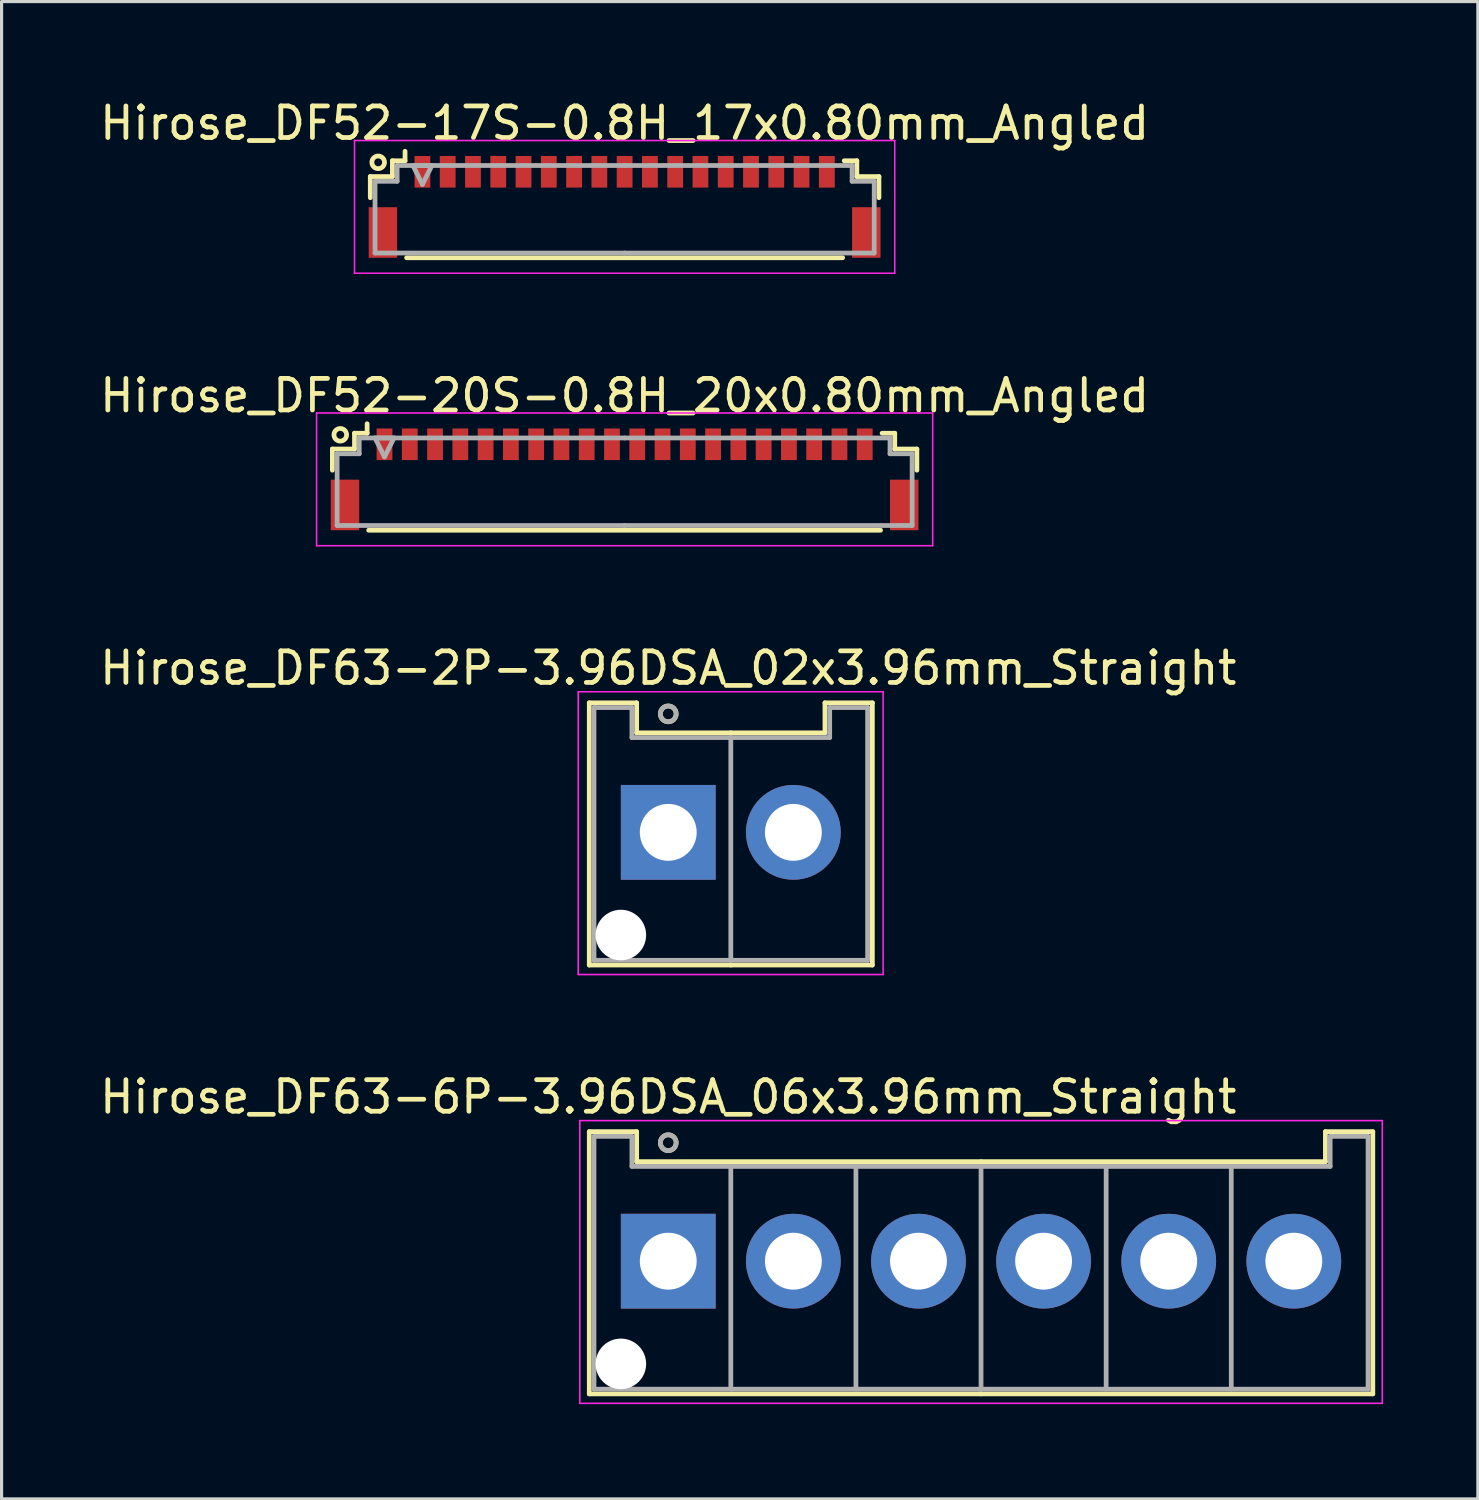
<source format=kicad_pcb>
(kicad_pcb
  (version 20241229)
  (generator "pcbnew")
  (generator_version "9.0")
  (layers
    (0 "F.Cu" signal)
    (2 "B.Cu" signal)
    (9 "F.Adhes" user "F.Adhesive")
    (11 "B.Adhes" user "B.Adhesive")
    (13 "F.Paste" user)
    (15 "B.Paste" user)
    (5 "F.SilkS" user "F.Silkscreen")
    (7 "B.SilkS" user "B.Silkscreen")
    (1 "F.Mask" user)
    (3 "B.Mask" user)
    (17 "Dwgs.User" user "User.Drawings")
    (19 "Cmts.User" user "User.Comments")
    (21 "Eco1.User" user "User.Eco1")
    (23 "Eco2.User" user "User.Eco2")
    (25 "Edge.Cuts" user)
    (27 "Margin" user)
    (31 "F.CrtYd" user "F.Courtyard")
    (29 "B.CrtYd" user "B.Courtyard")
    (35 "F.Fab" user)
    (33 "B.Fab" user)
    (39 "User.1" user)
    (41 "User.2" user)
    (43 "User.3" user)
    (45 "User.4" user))
  (footprint "Hirose_DF52-17S-0.8H_17x0.80mm_Angled"
    (layer "F.Cu")
    (at 16.72 3.348)
    (property "Reference" "Hirose_DF52-17S-0.8H_17x0.80mm_Angled" (at 0 -2.5 0) (layer "F.SilkS") (effects (font (size 1 1) (thickness 0.15))))
    (attr smd)
    (fp_line (start -8.05 -0.81) (end -8.05 -0.14) (stroke (width 0.15) (type solid)) (layer "F.SilkS"))
    (fp_line (start -7.35 -1.31) (end -7.35 -0.81) (stroke (width 0.15) (type solid)) (layer "F.SilkS"))
    (fp_line (start -7.35 -0.81) (end -8.05 -0.81) (stroke (width 0.15) (type solid)) (layer "F.SilkS"))
    (fp_line (start -6.95 -1.61) (end -6.95 -1.31) (stroke (width 0.15) (type solid)) (layer "F.SilkS"))
    (fp_line (start -6.95 -1.31) (end -7.35 -1.31) (stroke (width 0.15) (type solid)) (layer "F.SilkS"))
    (fp_line (start -6.9 1.76) (end 6.9 1.76) (stroke (width 0.15) (type solid)) (layer "F.SilkS"))
    (fp_line (start 6.95 -1.31) (end 7.35 -1.31) (stroke (width 0.15) (type solid)) (layer "F.SilkS"))
    (fp_line (start 7.35 -1.31) (end 7.35 -0.81) (stroke (width 0.15) (type solid)) (layer "F.SilkS"))
    (fp_line (start 7.35 -0.81) (end 8.05 -0.81) (stroke (width 0.15) (type solid)) (layer "F.SilkS"))
    (fp_line (start 8.05 -0.81) (end 8.05 -0.14) (stroke (width 0.15) (type solid)) (layer "F.SilkS"))
    (fp_circle (center -7.8 -1.26) (end -7.6 -1.26) (stroke (width 0.15) (type solid)) (fill no) (layer "F.SilkS"))
    (fp_line (start -8.55 -1.95) (end -8.55 2.25) (stroke (width 0.05) (type solid)) (layer "F.CrtYd"))
    (fp_line (start -8.55 2.25) (end 8.55 2.25) (stroke (width 0.05) (type solid)) (layer "F.CrtYd"))
    (fp_line (start 8.55 -1.95) (end -8.55 -1.95) (stroke (width 0.05) (type solid)) (layer "F.CrtYd"))
    (fp_line (start 8.55 2.25) (end 8.55 -1.95) (stroke (width 0.05) (type solid)) (layer "F.CrtYd"))
    (fp_line (start -7.9 -0.66) (end -7.9 1.61) (stroke (width 0.15) (type solid)) (layer "F.Fab"))
    (fp_line (start -7.9 1.61) (end 0 1.61) (stroke (width 0.15) (type solid)) (layer "F.Fab"))
    (fp_line (start -7.2 -1.16) (end -7.2 -1.16) (stroke (width 0.15) (type solid)) (layer "F.Fab"))
    (fp_line (start -7.2 -1.16) (end -7.2 -0.66) (stroke (width 0.15) (type solid)) (layer "F.Fab"))
    (fp_line (start -7.2 -0.66) (end -7.9 -0.66) (stroke (width 0.15) (type solid)) (layer "F.Fab"))
    (fp_line (start -6.7 -1.16) (end -6.1 -1.16) (stroke (width 0.15) (type solid)) (layer "F.Fab"))
    (fp_line (start -6.4 -0.56) (end -6.7 -1.16) (stroke (width 0.15) (type solid)) (layer "F.Fab"))
    (fp_line (start -6.1 -1.16) (end -6.4 -0.56) (stroke (width 0.15) (type solid)) (layer "F.Fab"))
    (fp_line (start 0 -1.16) (end -7.2 -1.16) (stroke (width 0.15) (type solid)) (layer "F.Fab"))
    (fp_line (start 0 -1.16) (end 7.2 -1.16) (stroke (width 0.15) (type solid)) (layer "F.Fab"))
    (fp_line (start 7.2 -1.16) (end 7.2 -1.16) (stroke (width 0.15) (type solid)) (layer "F.Fab"))
    (fp_line (start 7.2 -1.16) (end 7.2 -0.66) (stroke (width 0.15) (type solid)) (layer "F.Fab"))
    (fp_line (start 7.2 -0.66) (end 7.9 -0.66) (stroke (width 0.15) (type solid)) (layer "F.Fab"))
    (fp_line (start 7.9 -0.66) (end 7.9 1.61) (stroke (width 0.15) (type solid)) (layer "F.Fab"))
    (fp_line (start 7.9 1.61) (end 0 1.61) (stroke (width 0.15) (type solid)) (layer "F.Fab"))
    (pad "" smd rect (at -7.65 0.96) (size 0.9 1.6) (layers "F.Cu" "F.Mask" "F.Paste"))
    (pad "" smd rect (at 7.65 0.96) (size 0.9 1.6) (layers "F.Cu" "F.Mask" "F.Paste"))
    (pad "1" smd rect (at -6.4 -0.96) (size 0.5 1) (layers "F.Cu" "F.Mask" "F.Paste"))
    (pad "2" smd rect (at -5.6 -0.96) (size 0.5 1) (layers "F.Cu" "F.Mask" "F.Paste"))
    (pad "3" smd rect (at -4.8 -0.96) (size 0.5 1) (layers "F.Cu" "F.Mask" "F.Paste"))
    (pad "4" smd rect (at -4 -0.96) (size 0.5 1) (layers "F.Cu" "F.Mask" "F.Paste"))
    (pad "5" smd rect (at -3.2 -0.96) (size 0.5 1) (layers "F.Cu" "F.Mask" "F.Paste"))
    (pad "6" smd rect (at -2.4 -0.96) (size 0.5 1) (layers "F.Cu" "F.Mask" "F.Paste"))
    (pad "7" smd rect (at -1.6 -0.96) (size 0.5 1) (layers "F.Cu" "F.Mask" "F.Paste"))
    (pad "8" smd rect (at -0.8 -0.96) (size 0.5 1) (layers "F.Cu" "F.Mask" "F.Paste"))
    (pad "9" smd rect (at 0 -0.96) (size 0.5 1) (layers "F.Cu" "F.Mask" "F.Paste"))
    (pad "10" smd rect (at 0.8 -0.96) (size 0.5 1) (layers "F.Cu" "F.Mask" "F.Paste"))
    (pad "11" smd rect (at 1.6 -0.96) (size 0.5 1) (layers "F.Cu" "F.Mask" "F.Paste"))
    (pad "12" smd rect (at 2.4 -0.96) (size 0.5 1) (layers "F.Cu" "F.Mask" "F.Paste"))
    (pad "13" smd rect (at 3.2 -0.96) (size 0.5 1) (layers "F.Cu" "F.Mask" "F.Paste"))
    (pad "14" smd rect (at 4 -0.96) (size 0.5 1) (layers "F.Cu" "F.Mask" "F.Paste"))
    (pad "15" smd rect (at 4.8 -0.96) (size 0.5 1) (layers "F.Cu" "F.Mask" "F.Paste"))
    (pad "16" smd rect (at 5.6 -0.96) (size 0.5 1) (layers "F.Cu" "F.Mask" "F.Paste"))
    (pad "17" smd rect (at 6.4 -0.96) (size 0.5 1) (layers "F.Cu" "F.Mask" "F.Paste")))
  (footprint "Hirose_DF52-20S-0.8H_20x0.80mm_Angled"
    (layer "F.Cu")
    (at 16.72 11.972)
    (property "Reference" "Hirose_DF52-20S-0.8H_20x0.80mm_Angled" (at 0 -2.5 0) (layer "F.SilkS") (effects (font (size 1 1) (thickness 0.15))))
    (attr smd)
    (fp_line (start -9.25 -0.81) (end -9.25 -0.14) (stroke (width 0.15) (type solid)) (layer "F.SilkS"))
    (fp_line (start -8.55 -1.31) (end -8.55 -0.81) (stroke (width 0.15) (type solid)) (layer "F.SilkS"))
    (fp_line (start -8.55 -0.81) (end -9.25 -0.81) (stroke (width 0.15) (type solid)) (layer "F.SilkS"))
    (fp_line (start -8.15 -1.61) (end -8.15 -1.31) (stroke (width 0.15) (type solid)) (layer "F.SilkS"))
    (fp_line (start -8.15 -1.31) (end -8.55 -1.31) (stroke (width 0.15) (type solid)) (layer "F.SilkS"))
    (fp_line (start -8.1 1.76) (end 8.1 1.76) (stroke (width 0.15) (type solid)) (layer "F.SilkS"))
    (fp_line (start 8.15 -1.31) (end 8.55 -1.31) (stroke (width 0.15) (type solid)) (layer "F.SilkS"))
    (fp_line (start 8.55 -1.31) (end 8.55 -0.81) (stroke (width 0.15) (type solid)) (layer "F.SilkS"))
    (fp_line (start 8.55 -0.81) (end 9.25 -0.81) (stroke (width 0.15) (type solid)) (layer "F.SilkS"))
    (fp_line (start 9.25 -0.81) (end 9.25 -0.14) (stroke (width 0.15) (type solid)) (layer "F.SilkS"))
    (fp_circle (center -9 -1.26) (end -8.8 -1.26) (stroke (width 0.15) (type solid)) (fill no) (layer "F.SilkS"))
    (fp_line (start -9.75 -1.95) (end -9.75 2.25) (stroke (width 0.05) (type solid)) (layer "F.CrtYd"))
    (fp_line (start -9.75 2.25) (end 9.75 2.25) (stroke (width 0.05) (type solid)) (layer "F.CrtYd"))
    (fp_line (start 9.75 -1.95) (end -9.75 -1.95) (stroke (width 0.05) (type solid)) (layer "F.CrtYd"))
    (fp_line (start 9.75 2.25) (end 9.75 -1.95) (stroke (width 0.05) (type solid)) (layer "F.CrtYd"))
    (fp_line (start -9.1 -0.66) (end -9.1 1.61) (stroke (width 0.15) (type solid)) (layer "F.Fab"))
    (fp_line (start -9.1 1.61) (end 0 1.61) (stroke (width 0.15) (type solid)) (layer "F.Fab"))
    (fp_line (start -8.4 -1.16) (end -8.4 -1.16) (stroke (width 0.15) (type solid)) (layer "F.Fab"))
    (fp_line (start -8.4 -1.16) (end -8.4 -0.66) (stroke (width 0.15) (type solid)) (layer "F.Fab"))
    (fp_line (start -8.4 -0.66) (end -9.1 -0.66) (stroke (width 0.15) (type solid)) (layer "F.Fab"))
    (fp_line (start -7.9 -1.16) (end -7.3 -1.16) (stroke (width 0.15) (type solid)) (layer "F.Fab"))
    (fp_line (start -7.6 -0.56) (end -7.9 -1.16) (stroke (width 0.15) (type solid)) (layer "F.Fab"))
    (fp_line (start -7.3 -1.16) (end -7.6 -0.56) (stroke (width 0.15) (type solid)) (layer "F.Fab"))
    (fp_line (start 0 -1.16) (end -8.4 -1.16) (stroke (width 0.15) (type solid)) (layer "F.Fab"))
    (fp_line (start 0 -1.16) (end 8.4 -1.16) (stroke (width 0.15) (type solid)) (layer "F.Fab"))
    (fp_line (start 8.4 -1.16) (end 8.4 -1.16) (stroke (width 0.15) (type solid)) (layer "F.Fab"))
    (fp_line (start 8.4 -1.16) (end 8.4 -0.66) (stroke (width 0.15) (type solid)) (layer "F.Fab"))
    (fp_line (start 8.4 -0.66) (end 9.1 -0.66) (stroke (width 0.15) (type solid)) (layer "F.Fab"))
    (fp_line (start 9.1 -0.66) (end 9.1 1.61) (stroke (width 0.15) (type solid)) (layer "F.Fab"))
    (fp_line (start 9.1 1.61) (end 0 1.61) (stroke (width 0.15) (type solid)) (layer "F.Fab"))
    (pad "" smd rect (at -8.85 0.96) (size 0.9 1.6) (layers "F.Cu" "F.Mask" "F.Paste"))
    (pad "" smd rect (at 8.85 0.96) (size 0.9 1.6) (layers "F.Cu" "F.Mask" "F.Paste"))
    (pad "1" smd rect (at -7.6 -0.96) (size 0.5 1) (layers "F.Cu" "F.Mask" "F.Paste"))
    (pad "2" smd rect (at -6.8 -0.96) (size 0.5 1) (layers "F.Cu" "F.Mask" "F.Paste"))
    (pad "3" smd rect (at -6 -0.96) (size 0.5 1) (layers "F.Cu" "F.Mask" "F.Paste"))
    (pad "4" smd rect (at -5.2 -0.96) (size 0.5 1) (layers "F.Cu" "F.Mask" "F.Paste"))
    (pad "5" smd rect (at -4.4 -0.96) (size 0.5 1) (layers "F.Cu" "F.Mask" "F.Paste"))
    (pad "6" smd rect (at -3.6 -0.96) (size 0.5 1) (layers "F.Cu" "F.Mask" "F.Paste"))
    (pad "7" smd rect (at -2.8 -0.96) (size 0.5 1) (layers "F.Cu" "F.Mask" "F.Paste"))
    (pad "8" smd rect (at -2 -0.96) (size 0.5 1) (layers "F.Cu" "F.Mask" "F.Paste"))
    (pad "9" smd rect (at -1.2 -0.96) (size 0.5 1) (layers "F.Cu" "F.Mask" "F.Paste"))
    (pad "10" smd rect (at -0.4 -0.96) (size 0.5 1) (layers "F.Cu" "F.Mask" "F.Paste"))
    (pad "11" smd rect (at 0.4 -0.96) (size 0.5 1) (layers "F.Cu" "F.Mask" "F.Paste"))
    (pad "12" smd rect (at 1.2 -0.96) (size 0.5 1) (layers "F.Cu" "F.Mask" "F.Paste"))
    (pad "13" smd rect (at 2 -0.96) (size 0.5 1) (layers "F.Cu" "F.Mask" "F.Paste"))
    (pad "14" smd rect (at 2.8 -0.96) (size 0.5 1) (layers "F.Cu" "F.Mask" "F.Paste"))
    (pad "15" smd rect (at 3.6 -0.96) (size 0.5 1) (layers "F.Cu" "F.Mask" "F.Paste"))
    (pad "16" smd rect (at 4.4 -0.96) (size 0.5 1) (layers "F.Cu" "F.Mask" "F.Paste"))
    (pad "17" smd rect (at 5.2 -0.96) (size 0.5 1) (layers "F.Cu" "F.Mask" "F.Paste"))
    (pad "18" smd rect (at 6 -0.96) (size 0.5 1) (layers "F.Cu" "F.Mask" "F.Paste"))
    (pad "19" smd rect (at 6.8 -0.96) (size 0.5 1) (layers "F.Cu" "F.Mask" "F.Paste"))
    (pad "20" smd rect (at 7.6 -0.96) (size 0.5 1) (layers "F.Cu" "F.Mask" "F.Paste")))
  (footprint "Hirose_DF63-2P-3.96DSA_02x3.96mm_Straight"
    (layer "F.Cu")
    (at 18.101 23.295)
    (property "Reference" "Hirose_DF63-2P-3.96DSA_02x3.96mm_Straight" (at 0 -5.2 0) (layer "F.SilkS") (effects (font (size 1 1) (thickness 0.15))))
    (attr through_hole)
    (fp_line (start -2.5 -4.1) (end -1 -4.1) (stroke (width 0.15) (type solid)) (layer "F.SilkS"))
    (fp_line (start -2.5 4.2) (end -2.5 -4.1) (stroke (width 0.15) (type solid)) (layer "F.SilkS"))
    (fp_line (start -1 -4.1) (end -1 -3.15) (stroke (width 0.15) (type solid)) (layer "F.SilkS"))
    (fp_line (start -1 -3.15) (end 1.98 -3.15) (stroke (width 0.15) (type solid)) (layer "F.SilkS"))
    (fp_line (start 1.98 4.2) (end -2.5 4.2) (stroke (width 0.15) (type solid)) (layer "F.SilkS"))
    (fp_line (start 1.98 4.2) (end 6.46 4.2) (stroke (width 0.15) (type solid)) (layer "F.SilkS"))
    (fp_line (start 4.96 -4.1) (end 4.96 -3.15) (stroke (width 0.15) (type solid)) (layer "F.SilkS"))
    (fp_line (start 4.96 -3.15) (end 1.98 -3.15) (stroke (width 0.15) (type solid)) (layer "F.SilkS"))
    (fp_line (start 6.46 -4.1) (end 4.96 -4.1) (stroke (width 0.15) (type solid)) (layer "F.SilkS"))
    (fp_line (start 6.46 4.2) (end 6.46 -4.1) (stroke (width 0.15) (type solid)) (layer "F.SilkS"))
    (fp_circle (center 0 -3.75) (end 0.25 -3.75) (stroke (width 0.15) (type solid)) (fill no) (layer "F.SilkS"))
    (fp_line (start -2.85 -4.45) (end -2.85 4.5) (stroke (width 0.05) (type solid)) (layer "F.CrtYd"))
    (fp_line (start -2.85 4.5) (end 6.8 4.5) (stroke (width 0.05) (type solid)) (layer "F.CrtYd"))
    (fp_line (start 6.8 -4.45) (end -2.85 -4.45) (stroke (width 0.05) (type solid)) (layer "F.CrtYd"))
    (fp_line (start 6.8 4.5) (end 6.8 -4.45) (stroke (width 0.05) (type solid)) (layer "F.CrtYd"))
    (fp_line (start -2.35 -3.95) (end -1.15 -3.95) (stroke (width 0.15) (type solid)) (layer "F.Fab"))
    (fp_line (start -2.35 4.05) (end -2.35 -3.95) (stroke (width 0.15) (type solid)) (layer "F.Fab"))
    (fp_line (start -1.15 -3.95) (end -1.15 -3) (stroke (width 0.15) (type solid)) (layer "F.Fab"))
    (fp_line (start -1.15 -3) (end 1.98 -3) (stroke (width 0.15) (type solid)) (layer "F.Fab"))
    (fp_line (start 1.98 -3) (end 1.98 4.05) (stroke (width 0.15) (type solid)) (layer "F.Fab"))
    (fp_line (start 1.98 4.05) (end -2.35 4.05) (stroke (width 0.15) (type solid)) (layer "F.Fab"))
    (fp_line (start 1.98 4.05) (end 6.31 4.05) (stroke (width 0.15) (type solid)) (layer "F.Fab"))
    (fp_line (start 5.11 -3.95) (end 5.11 -3) (stroke (width 0.15) (type solid)) (layer "F.Fab"))
    (fp_line (start 5.11 -3) (end 1.98 -3) (stroke (width 0.15) (type solid)) (layer "F.Fab"))
    (fp_line (start 6.31 -3.95) (end 5.11 -3.95) (stroke (width 0.15) (type solid)) (layer "F.Fab"))
    (fp_line (start 6.31 4.05) (end 6.31 -3.95) (stroke (width 0.15) (type solid)) (layer "F.Fab"))
    (fp_circle (center 0 -3.75) (end 0.25 -3.75) (stroke (width 0.15) (type solid)) (fill no) (layer "F.Fab"))
    (pad "" np_thru_hole circle (at -1.5 3.25) (size 1.6 1.6) (drill 1.6) (layers "*.Cu" "*.Mask"))
    (pad "1" thru_hole rect (at 0 0) (size 3 3) (drill 1.8) (layers "*.Cu" "*.Mask"))
    (pad "2" thru_hole circle (at 3.96 0) (size 3 3) (drill 1.8) (layers "*.Cu" "*.Mask")))
  (footprint "Hirose_DF63-6P-3.96DSA_06x3.96mm_Straight"
    (layer "F.Cu")
    (at 18.101 36.868)
    (property "Reference" "Hirose_DF63-6P-3.96DSA_06x3.96mm_Straight" (at 0 -5.2 0) (layer "F.SilkS") (effects (font (size 1 1) (thickness 0.15))))
    (attr through_hole)
    (fp_line (start -2.5 -4.1) (end -1 -4.1) (stroke (width 0.15) (type solid)) (layer "F.SilkS"))
    (fp_line (start -2.5 4.2) (end -2.5 -4.1) (stroke (width 0.15) (type solid)) (layer "F.SilkS"))
    (fp_line (start -1 -4.1) (end -1 -3.15) (stroke (width 0.15) (type solid)) (layer "F.SilkS"))
    (fp_line (start -1 -3.15) (end 9.9 -3.15) (stroke (width 0.15) (type solid)) (layer "F.SilkS"))
    (fp_line (start 9.9 4.2) (end -2.5 4.2) (stroke (width 0.15) (type solid)) (layer "F.SilkS"))
    (fp_line (start 9.9 4.2) (end 22.3 4.2) (stroke (width 0.15) (type solid)) (layer "F.SilkS"))
    (fp_line (start 20.8 -4.1) (end 20.8 -3.15) (stroke (width 0.15) (type solid)) (layer "F.SilkS"))
    (fp_line (start 20.8 -3.15) (end 9.9 -3.15) (stroke (width 0.15) (type solid)) (layer "F.SilkS"))
    (fp_line (start 22.3 -4.1) (end 20.8 -4.1) (stroke (width 0.15) (type solid)) (layer "F.SilkS"))
    (fp_line (start 22.3 4.2) (end 22.3 -4.1) (stroke (width 0.15) (type solid)) (layer "F.SilkS"))
    (fp_circle (center 0 -3.75) (end 0.25 -3.75) (stroke (width 0.15) (type solid)) (fill no) (layer "F.SilkS"))
    (fp_line (start -2.8 -4.45) (end -2.8 4.5) (stroke (width 0.05) (type solid)) (layer "F.CrtYd"))
    (fp_line (start -2.8 4.5) (end 22.6 4.5) (stroke (width 0.05) (type solid)) (layer "F.CrtYd"))
    (fp_line (start 22.6 -4.45) (end -2.8 -4.45) (stroke (width 0.05) (type solid)) (layer "F.CrtYd"))
    (fp_line (start 22.6 4.5) (end 22.6 -4.45) (stroke (width 0.05) (type solid)) (layer "F.CrtYd"))
    (fp_line (start -2.35 -3.95) (end -1.15 -3.95) (stroke (width 0.15) (type solid)) (layer "F.Fab"))
    (fp_line (start -2.35 4.05) (end -2.35 -3.95) (stroke (width 0.15) (type solid)) (layer "F.Fab"))
    (fp_line (start -1.15 -3.95) (end -1.15 -3) (stroke (width 0.15) (type solid)) (layer "F.Fab"))
    (fp_line (start -1.15 -3) (end 9.9 -3) (stroke (width 0.15) (type solid)) (layer "F.Fab"))
    (fp_line (start 1.98 -3) (end 1.98 4.05) (stroke (width 0.15) (type solid)) (layer "F.Fab"))
    (fp_line (start 5.94 -3) (end 5.94 4.05) (stroke (width 0.15) (type solid)) (layer "F.Fab"))
    (fp_line (start 9.9 -3) (end 9.9 4.05) (stroke (width 0.15) (type solid)) (layer "F.Fab"))
    (fp_line (start 9.9 4.05) (end -2.35 4.05) (stroke (width 0.15) (type solid)) (layer "F.Fab"))
    (fp_line (start 9.9 4.05) (end 22.15 4.05) (stroke (width 0.15) (type solid)) (layer "F.Fab"))
    (fp_line (start 13.86 -3) (end 13.86 4.05) (stroke (width 0.15) (type solid)) (layer "F.Fab"))
    (fp_line (start 17.82 -3) (end 17.82 4.05) (stroke (width 0.15) (type solid)) (layer "F.Fab"))
    (fp_line (start 20.95 -3.95) (end 20.95 -3) (stroke (width 0.15) (type solid)) (layer "F.Fab"))
    (fp_line (start 20.95 -3) (end 9.9 -3) (stroke (width 0.15) (type solid)) (layer "F.Fab"))
    (fp_line (start 22.15 -3.95) (end 20.95 -3.95) (stroke (width 0.15) (type solid)) (layer "F.Fab"))
    (fp_line (start 22.15 4.05) (end 22.15 -3.95) (stroke (width 0.15) (type solid)) (layer "F.Fab"))
    (fp_circle (center 0 -3.75) (end 0.25 -3.75) (stroke (width 0.15) (type solid)) (fill no) (layer "F.Fab"))
    (pad "" np_thru_hole circle (at -1.5 3.25) (size 1.6 1.6) (drill 1.6) (layers "*.Cu" "*.Mask"))
    (pad "1" thru_hole rect (at 0 0) (size 3 3) (drill 1.8) (layers "*.Cu" "*.Mask"))
    (pad "2" thru_hole circle (at 3.96 0) (size 3 3) (drill 1.8) (layers "*.Cu" "*.Mask"))
    (pad "3" thru_hole circle (at 7.92 0) (size 3 3) (drill 1.8) (layers "*.Cu" "*.Mask"))
    (pad "4" thru_hole circle (at 11.88 0) (size 3 3) (drill 1.8) (layers "*.Cu" "*.Mask"))
    (pad "5" thru_hole circle (at 15.84 0) (size 3 3) (drill 1.8) (layers "*.Cu" "*.Mask"))
    (pad "6" thru_hole circle (at 19.8 0) (size 3 3) (drill 1.8) (layers "*.Cu" "*.Mask")))
  (gr_rect
    (start -3 -3)
    (end 43.726 44.393)
    (stroke (width 0.1) (type default))
    (fill no)
    (layer "Edge.Cuts")))
</source>
